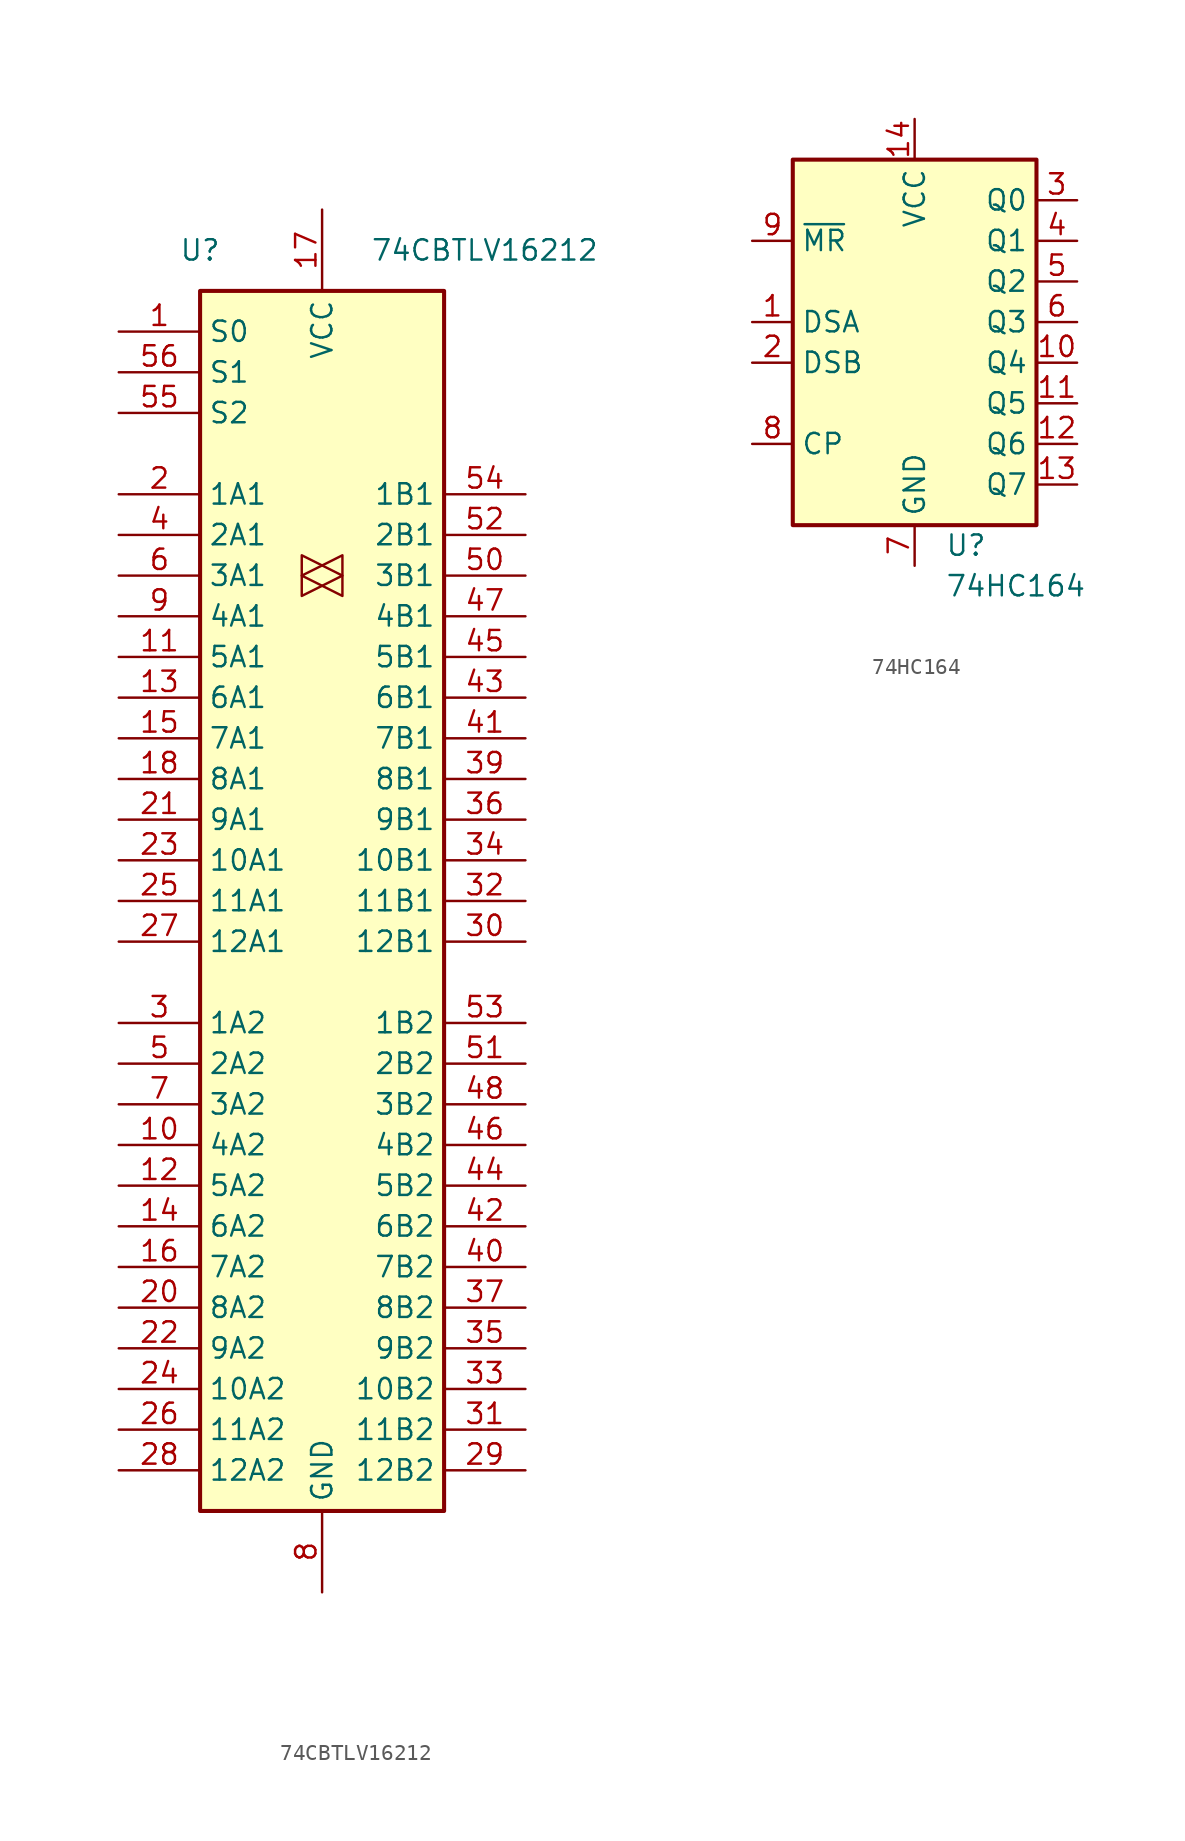
<source format=kicad_sym>
(kicad_symbol_lib
  (version 20201005)
  (generator kicad_symbol_editor)
  (symbol "74CBTLV16212"
    (property "Reference" "U"
      (at -7.62 40.64 0)
      (effects (font (size 1.27 1.27))))
    (property "Value" "74CBTLV16212"
      (at 10.16 40.64 0)
      (effects (font (size 1.27 1.27))))
    (symbol "74CBTLV16212_0_1"
      (rectangle (start -7.62 38.1) (end 7.62 -38.1) (stroke (width 0.254)) (fill (type background))))
    (symbol "74CBTLV16212_1_0"
      (polyline (pts (xy 1.27 20.32) (xy -1.27 21.59) (xy -1.27 19.05) (xy 1.27 20.32)) (stroke (width 0.152)) (fill (type none)))
      (polyline (pts (xy 1.27 21.59) (xy -1.27 20.32) (xy 1.27 19.05) (xy 1.27 21.59)) (stroke (width 0)) (fill (type none)))
      (pin bidirectional line (at -12.7 -15.24 0) (length 5.08) (name "4A2" (effects (font (size 1.27 1.27)))) (number "10" (effects (font (size 1.27 1.27)))))
      (pin bidirectional line (at -12.7 15.24 0) (length 5.08) (name "5A1" (effects (font (size 1.27 1.27)))) (number "11" (effects (font (size 1.27 1.27)))))
      (pin bidirectional line (at -12.7 -17.78 0) (length 5.08) (name "5A2" (effects (font (size 1.27 1.27)))) (number "12" (effects (font (size 1.27 1.27)))))
      (pin bidirectional line (at -12.7 12.7 0) (length 5.08) (name "6A1" (effects (font (size 1.27 1.27)))) (number "13" (effects (font (size 1.27 1.27)))))
      (pin bidirectional line (at -12.7 -20.32 0) (length 5.08) (name "6A2" (effects (font (size 1.27 1.27)))) (number "14" (effects (font (size 1.27 1.27)))))
      (pin bidirectional line (at -12.7 10.16 0) (length 5.08) (name "7A1" (effects (font (size 1.27 1.27)))) (number "15" (effects (font (size 1.27 1.27)))))
      (pin bidirectional line (at -12.7 -22.86 0) (length 5.08) (name "7A2" (effects (font (size 1.27 1.27)))) (number "16" (effects (font (size 1.27 1.27)))))
      (pin power_in line (at 0 43.18 270) (length 5.08) (name "VCC" (effects (font (size 1.27 1.27)))) (number "17" (effects (font (size 1.27 1.27)))))
      (pin bidirectional line (at -12.7 7.62 0) (length 5.08) (name "8A1" (effects (font (size 1.27 1.27)))) (number "18" (effects (font (size 1.27 1.27)))))
      (pin passive line (at 0 -43.18 90) (length 5.08) hide (name "GND" (effects (font (size 1.27 1.27)))) (number "19" (effects (font (size 1.27 1.27)))))
      (pin bidirectional line (at -12.7 25.4 0) (length 5.08) (name "1A1" (effects (font (size 1.27 1.27)))) (number "2" (effects (font (size 1.27 1.27)))))
      (pin bidirectional line (at -12.7 -25.4 0) (length 5.08) (name "8A2" (effects (font (size 1.27 1.27)))) (number "20" (effects (font (size 1.27 1.27)))))
      (pin bidirectional line (at -12.7 5.08 0) (length 5.08) (name "9A1" (effects (font (size 1.27 1.27)))) (number "21" (effects (font (size 1.27 1.27)))))
      (pin bidirectional line (at -12.7 -27.94 0) (length 5.08) (name "9A2" (effects (font (size 1.27 1.27)))) (number "22" (effects (font (size 1.27 1.27)))))
      (pin bidirectional line (at -12.7 2.54 0) (length 5.08) (name "10A1" (effects (font (size 1.27 1.27)))) (number "23" (effects (font (size 1.27 1.27)))))
      (pin bidirectional line (at -12.7 -30.48 0) (length 5.08) (name "10A2" (effects (font (size 1.27 1.27)))) (number "24" (effects (font (size 1.27 1.27)))))
      (pin bidirectional line (at -12.7 0 0) (length 5.08) (name "11A1" (effects (font (size 1.27 1.27)))) (number "25" (effects (font (size 1.27 1.27)))))
      (pin bidirectional line (at -12.7 -33.02 0) (length 5.08) (name "11A2" (effects (font (size 1.27 1.27)))) (number "26" (effects (font (size 1.27 1.27)))))
      (pin bidirectional line (at -12.7 -2.54 0) (length 5.08) (name "12A1" (effects (font (size 1.27 1.27)))) (number "27" (effects (font (size 1.27 1.27)))))
      (pin bidirectional line (at -12.7 -35.56 0) (length 5.08) (name "12A2" (effects (font (size 1.27 1.27)))) (number "28" (effects (font (size 1.27 1.27)))))
      (pin bidirectional line (at 12.7 -35.56 180) (length 5.08) (name "12B2" (effects (font (size 1.27 1.27)))) (number "29" (effects (font (size 1.27 1.27)))))
      (pin bidirectional line (at -12.7 -7.62 0) (length 5.08) (name "1A2" (effects (font (size 1.27 1.27)))) (number "3" (effects (font (size 1.27 1.27)))))
      (pin bidirectional line (at 12.7 -2.54 180) (length 5.08) (name "12B1" (effects (font (size 1.27 1.27)))) (number "30" (effects (font (size 1.27 1.27)))))
      (pin bidirectional line (at 12.7 -33.02 180) (length 5.08) (name "11B2" (effects (font (size 1.27 1.27)))) (number "31" (effects (font (size 1.27 1.27)))))
      (pin bidirectional line (at 12.7 0 180) (length 5.08) (name "11B1" (effects (font (size 1.27 1.27)))) (number "32" (effects (font (size 1.27 1.27)))))
      (pin bidirectional line (at 12.7 -30.48 180) (length 5.08) (name "10B2" (effects (font (size 1.27 1.27)))) (number "33" (effects (font (size 1.27 1.27)))))
      (pin bidirectional line (at 12.7 2.54 180) (length 5.08) (name "10B1" (effects (font (size 1.27 1.27)))) (number "34" (effects (font (size 1.27 1.27)))))
      (pin bidirectional line (at 12.7 -27.94 180) (length 5.08) (name "9B2" (effects (font (size 1.27 1.27)))) (number "35" (effects (font (size 1.27 1.27)))))
      (pin bidirectional line (at 12.7 5.08 180) (length 5.08) (name "9B1" (effects (font (size 1.27 1.27)))) (number "36" (effects (font (size 1.27 1.27)))))
      (pin bidirectional line (at 12.7 -25.4 180) (length 5.08) (name "8B2" (effects (font (size 1.27 1.27)))) (number "37" (effects (font (size 1.27 1.27)))))
      (pin passive line (at 0 -43.18 90) (length 5.08) hide (name "GND" (effects (font (size 1.27 1.27)))) (number "38" (effects (font (size 1.27 1.27)))))
      (pin bidirectional line (at 12.7 7.62 180) (length 5.08) (name "8B1" (effects (font (size 1.27 1.27)))) (number "39" (effects (font (size 1.27 1.27)))))
      (pin bidirectional line (at -12.7 22.86 0) (length 5.08) (name "2A1" (effects (font (size 1.27 1.27)))) (number "4" (effects (font (size 1.27 1.27)))))
      (pin bidirectional line (at 12.7 -22.86 180) (length 5.08) (name "7B2" (effects (font (size 1.27 1.27)))) (number "40" (effects (font (size 1.27 1.27)))))
      (pin bidirectional line (at 12.7 10.16 180) (length 5.08) (name "7B1" (effects (font (size 1.27 1.27)))) (number "41" (effects (font (size 1.27 1.27)))))
      (pin bidirectional line (at 12.7 -20.32 180) (length 5.08) (name "6B2" (effects (font (size 1.27 1.27)))) (number "42" (effects (font (size 1.27 1.27)))))
      (pin bidirectional line (at 12.7 12.7 180) (length 5.08) (name "6B1" (effects (font (size 1.27 1.27)))) (number "43" (effects (font (size 1.27 1.27)))))
      (pin bidirectional line (at 12.7 -17.78 180) (length 5.08) (name "5B2" (effects (font (size 1.27 1.27)))) (number "44" (effects (font (size 1.27 1.27)))))
      (pin bidirectional line (at 12.7 15.24 180) (length 5.08) (name "5B1" (effects (font (size 1.27 1.27)))) (number "45" (effects (font (size 1.27 1.27)))))
      (pin bidirectional line (at 12.7 -15.24 180) (length 5.08) (name "4B2" (effects (font (size 1.27 1.27)))) (number "46" (effects (font (size 1.27 1.27)))))
      (pin bidirectional line (at 12.7 17.78 180) (length 5.08) (name "4B1" (effects (font (size 1.27 1.27)))) (number "47" (effects (font (size 1.27 1.27)))))
      (pin bidirectional line (at 12.7 -12.7 180) (length 5.08) (name "3B2" (effects (font (size 1.27 1.27)))) (number "48" (effects (font (size 1.27 1.27)))))
      (pin passive line (at 0 -43.18 90) (length 5.08) hide (name "GND" (effects (font (size 1.27 1.27)))) (number "49" (effects (font (size 1.27 1.27)))))
      (pin bidirectional line (at -12.7 -10.16 0) (length 5.08) (name "2A2" (effects (font (size 1.27 1.27)))) (number "5" (effects (font (size 1.27 1.27)))))
      (pin bidirectional line (at 12.7 20.32 180) (length 5.08) (name "3B1" (effects (font (size 1.27 1.27)))) (number "50" (effects (font (size 1.27 1.27)))))
      (pin bidirectional line (at 12.7 -10.16 180) (length 5.08) (name "2B2" (effects (font (size 1.27 1.27)))) (number "51" (effects (font (size 1.27 1.27)))))
      (pin bidirectional line (at 12.7 22.86 180) (length 5.08) (name "2B1" (effects (font (size 1.27 1.27)))) (number "52" (effects (font (size 1.27 1.27)))))
      (pin bidirectional line (at 12.7 -7.62 180) (length 5.08) (name "1B2" (effects (font (size 1.27 1.27)))) (number "53" (effects (font (size 1.27 1.27)))))
      (pin bidirectional line (at 12.7 25.4 180) (length 5.08) (name "1B1" (effects (font (size 1.27 1.27)))) (number "54" (effects (font (size 1.27 1.27)))))
      (pin input line (at -12.7 30.48 0) (length 5.08) (name "S2" (effects (font (size 1.27 1.27)))) (number "55" (effects (font (size 1.27 1.27)))))
      (pin input line (at -12.7 33.02 0) (length 5.08) (name "S1" (effects (font (size 1.27 1.27)))) (number "56" (effects (font (size 1.27 1.27)))))
      (pin bidirectional line (at -12.7 20.32 0) (length 5.08) (name "3A1" (effects (font (size 1.27 1.27)))) (number "6" (effects (font (size 1.27 1.27)))))
      (pin bidirectional line (at -12.7 -12.7 0) (length 5.08) (name "3A2" (effects (font (size 1.27 1.27)))) (number "7" (effects (font (size 1.27 1.27)))))
      (pin power_in line (at 0 -43.18 90) (length 5.08) (name "GND" (effects (font (size 1.27 1.27)))) (number "8" (effects (font (size 1.27 1.27)))))
      (pin bidirectional line (at -12.7 17.78 0) (length 5.08) (name "4A1" (effects (font (size 1.27 1.27)))) (number "9" (effects (font (size 1.27 1.27))))))
    (symbol "74CBTLV16212_1_1"
      (pin input line (at -12.7 35.56 0) (length 5.08) (name "S0" (effects (font (size 1.27 1.27)))) (number "1" (effects (font (size 1.27 1.27)))))))
  (symbol "74HC164"
    (property "Reference" "U"
      (at 1.905 -13.97 0)
      (effects (font (size 1.27 1.27)) (justify left)))
    (property "Value" "74HC164"
      (at 1.905 -16.51 0)
      (effects (font (size 1.27 1.27)) (justify left)))
    (symbol "74HC164_0_1"
      (rectangle (start 7.62 10.16) (end -7.62 -12.7) (stroke (width 0.254)) (fill (type background))))
    (symbol "74HC164_1_1"
      (pin input line (at -10.16 0 0) (length 2.54) (name "DSA" (effects (font (size 1.27 1.27)))) (number "1" (effects (font (size 1.27 1.27)))))
      (pin output line (at 10.16 -2.54 180) (length 2.54) (name "Q4" (effects (font (size 1.27 1.27)))) (number "10" (effects (font (size 1.27 1.27)))))
      (pin output line (at 10.16 -5.08 180) (length 2.54) (name "Q5" (effects (font (size 1.27 1.27)))) (number "11" (effects (font (size 1.27 1.27)))))
      (pin output line (at 10.16 -7.62 180) (length 2.54) (name "Q6" (effects (font (size 1.27 1.27)))) (number "12" (effects (font (size 1.27 1.27)))))
      (pin output line (at 10.16 -10.16 180) (length 2.54) (name "Q7" (effects (font (size 1.27 1.27)))) (number "13" (effects (font (size 1.27 1.27)))))
      (pin power_in line (at 0 12.7 270) (length 2.54) (name "VCC" (effects (font (size 1.27 1.27)))) (number "14" (effects (font (size 1.27 1.27)))))
      (pin input line (at -10.16 -2.54 0) (length 2.54) (name "DSB" (effects (font (size 1.27 1.27)))) (number "2" (effects (font (size 1.27 1.27)))))
      (pin output line (at 10.16 7.62 180) (length 2.54) (name "Q0" (effects (font (size 1.27 1.27)))) (number "3" (effects (font (size 1.27 1.27)))))
      (pin output line (at 10.16 5.08 180) (length 2.54) (name "Q1" (effects (font (size 1.27 1.27)))) (number "4" (effects (font (size 1.27 1.27)))))
      (pin output line (at 10.16 2.54 180) (length 2.54) (name "Q2" (effects (font (size 1.27 1.27)))) (number "5" (effects (font (size 1.27 1.27)))))
      (pin output line (at 10.16 0 180) (length 2.54) (name "Q3" (effects (font (size 1.27 1.27)))) (number "6" (effects (font (size 1.27 1.27)))))
      (pin power_in line (at 0 -15.24 90) (length 2.54) (name "GND" (effects (font (size 1.27 1.27)))) (number "7" (effects (font (size 1.27 1.27)))))
      (pin input line (at -10.16 -7.62 0) (length 2.54) (name "CP" (effects (font (size 1.27 1.27)))) (number "8" (effects (font (size 1.27 1.27)))))
      (pin input line (at -10.16 5.08 0) (length 2.54) (name "~MR" (effects (font (size 1.27 1.27)))) (number "9" (effects (font (size 1.27 1.27))))))))
</source>
